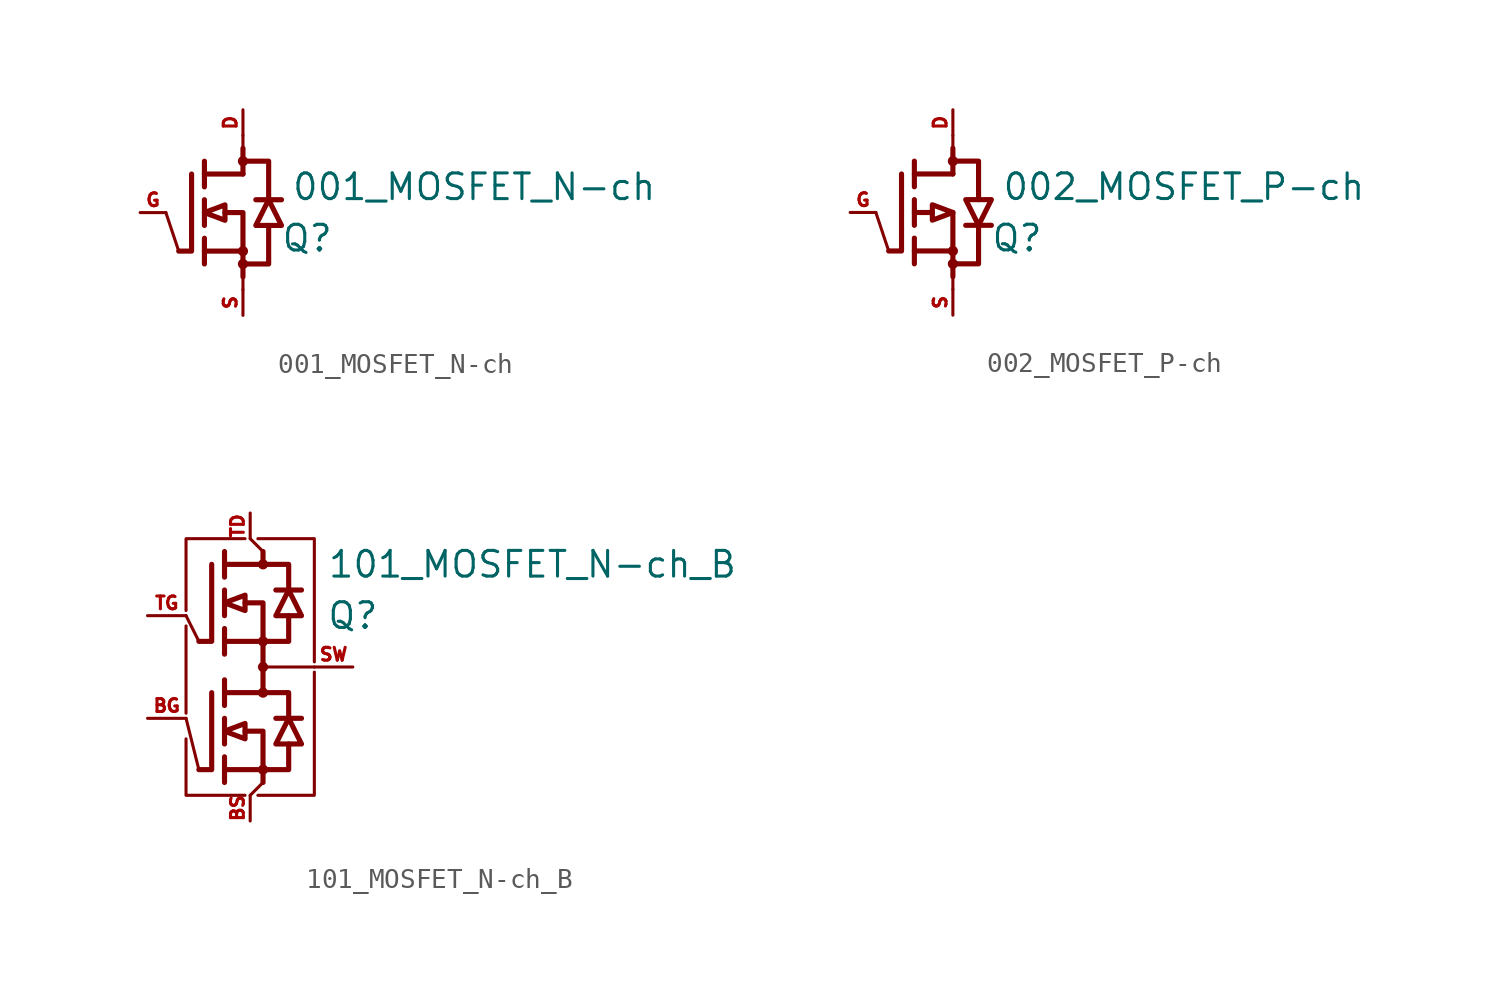
<source format=kicad_sym>
(kicad_symbol_lib
  (version 20220914)
  (generator kicad_symbol_editor)
  (symbol "001_MOSFET_N-ch"
    (pin_names
      (offset 1.016) hide)
    (property "Reference" "Q"
      (at 3.175 -1.27 0)
      (effects (font (size 1.27 1.27))))
    (property "Value" "001_MOSFET_N-ch"
      (at 11.43 1.27 0)
      (effects (font (size 1.27 1.27))))
    (symbol "001_MOSFET_N-ch_1_1"
      (circle (center 0 -2.54) (radius 0.127) (stroke (width 0.254) (type default)) (fill (type outline)))
      (circle (center 0 -1.905) (radius 0.127) (stroke (width 0.254) (type default)) (fill (type outline)))
      (polyline (pts (xy -3.175 -1.905) (xy -3.81 0)) (stroke (width 0) (type default)) (fill (type none)))
      (polyline (pts (xy -1.905 -1.905) (xy 0 -1.905)) (stroke (width 0.254) (type default)) (fill (type none)))
      (polyline (pts (xy -1.905 -1.27) (xy -1.905 -2.54)) (stroke (width 0.254) (type default)) (fill (type none)))
      (polyline (pts (xy -1.905 0.635) (xy -1.905 -0.635)) (stroke (width 0.254) (type default)) (fill (type none)))
      (polyline (pts (xy -1.905 1.905) (xy 0 1.905)) (stroke (width 0.254) (type default)) (fill (type none)))
      (polyline (pts (xy -1.905 2.54) (xy -1.905 1.27)) (stroke (width 0.254) (type default)) (fill (type none)))
      (polyline (pts (xy 0 -3.175) (xy 0 -3.81)) (stroke (width 0) (type default)) (fill (type none)))
      (polyline (pts (xy 0 -1.905) (xy 0 -3.175)) (stroke (width 0.254) (type default)) (fill (type none)))
      (polyline (pts (xy 0 3.175) (xy 0 1.905)) (stroke (width 0.254) (type default)) (fill (type none)))
      (polyline (pts (xy 0 3.175) (xy 0 3.81)) (stroke (width 0) (type default)) (fill (type none)))
      (polyline (pts (xy 0.635 0.635) (xy 1.905 0.635)) (stroke (width 0.254) (type default)) (fill (type none)))
      (polyline (pts (xy -2.54 1.905) (xy -2.54 -1.905) (xy -3.175 -1.905)) (stroke (width 0.254) (type default)) (fill (type none)))
      (polyline (pts (xy -0.889 0) (xy 0 0) (xy 0 -1.905)) (stroke (width 0.254) (type default)) (fill (type none)))
      (polyline (pts (xy 0 -2.54) (xy 1.27 -2.54) (xy 1.27 -0.635)) (stroke (width 0.254) (type default)) (fill (type none)))
      (polyline (pts (xy 0 2.54) (xy 1.27 2.54) (xy 1.27 0.635)) (stroke (width 0.254) (type default)) (fill (type none)))
      (polyline (pts (xy -1.905 0) (xy -0.889 0.381) (xy -0.889 -0.381) (xy -1.905 0)) (stroke (width 0.254) (type default)) (fill (type none)))
      (polyline (pts (xy 1.27 0.635) (xy 0.635 -0.635) (xy 1.905 -0.635) (xy 1.27 0.635)) (stroke (width 0.254) (type default)) (fill (type none)))
      (circle (center 0 2.54) (radius 0.127) (stroke (width 0.254) (type default)) (fill (type outline)))
      (pin passive line (at 0 5.08 270) (length 1.27) (name "Drain" (effects (font (size 0.635 0.635)))) (number "D" (effects (font (size 0.635 0.635)))))
      (pin passive line (at -5.08 0 0) (length 1.27) (name "Gate" (effects (font (size 0.635 0.635)))) (number "G" (effects (font (size 0.635 0.635)))))
      (pin passive line (at 0 -5.08 90) (length 1.27) (name "Source" (effects (font (size 0.635 0.635)))) (number "S" (effects (font (size 0.635 0.635)))))))
  (symbol "002_MOSFET_P-ch"
    (pin_names
      (offset 1.016) hide)
    (property "Reference" "Q"
      (at 3.175 -1.27 0)
      (effects (font (size 1.27 1.27))))
    (property "Value" "002_MOSFET_P-ch"
      (at 11.43 1.27 0)
      (effects (font (size 1.27 1.27))))
    (symbol "002_MOSFET_P-ch_0_1"
      (polyline (pts (xy -3.175 -1.905) (xy -3.81 0)) (stroke (width 0) (type default)) (fill (type none)))
      (polyline (pts (xy 0 -3.175) (xy 0 -3.81)) (stroke (width 0) (type default)) (fill (type none)))
      (polyline (pts (xy 0 3.81) (xy 0 3.175)) (stroke (width 0) (type default)) (fill (type none))))
    (symbol "002_MOSFET_P-ch_1_1"
      (circle (center 0 -2.54) (radius 0.127) (stroke (width 0.254) (type default)) (fill (type outline)))
      (circle (center 0 -1.905) (radius 0.127) (stroke (width 0.254) (type default)) (fill (type outline)))
      (polyline (pts (xy -1.905 -1.905) (xy 0 -1.905)) (stroke (width 0.254) (type default)) (fill (type none)))
      (polyline (pts (xy -1.905 -1.27) (xy -1.905 -2.54)) (stroke (width 0.254) (type default)) (fill (type none)))
      (polyline (pts (xy -1.905 0) (xy -1.016 0)) (stroke (width 0.254) (type default)) (fill (type none)))
      (polyline (pts (xy -1.905 0.635) (xy -1.905 -0.635)) (stroke (width 0.254) (type default)) (fill (type none)))
      (polyline (pts (xy -1.905 1.905) (xy 0 1.905)) (stroke (width 0.254) (type default)) (fill (type none)))
      (polyline (pts (xy -1.905 2.54) (xy -1.905 1.27)) (stroke (width 0.254) (type default)) (fill (type none)))
      (polyline (pts (xy 0 -1.905) (xy 0 -3.175)) (stroke (width 0.254) (type default)) (fill (type none)))
      (polyline (pts (xy 0 0) (xy 0 -1.905)) (stroke (width 0.254) (type default)) (fill (type none)))
      (polyline (pts (xy 0 3.175) (xy 0 1.905)) (stroke (width 0.254) (type default)) (fill (type none)))
      (polyline (pts (xy 0.635 -0.635) (xy 1.905 -0.635)) (stroke (width 0.254) (type default)) (fill (type none)))
      (polyline (pts (xy -2.54 1.905) (xy -2.54 -1.905) (xy -3.175 -1.905)) (stroke (width 0.254) (type default)) (fill (type none)))
      (polyline (pts (xy 0 -2.54) (xy 1.27 -2.54) (xy 1.27 -0.635)) (stroke (width 0.254) (type default)) (fill (type none)))
      (polyline (pts (xy 0 2.54) (xy 1.27 2.54) (xy 1.27 0.635)) (stroke (width 0.254) (type default)) (fill (type none)))
      (polyline (pts (xy 0 0) (xy -1.016 0.381) (xy -1.016 -0.381) (xy 0 0)) (stroke (width 0.254) (type default)) (fill (type none)))
      (polyline (pts (xy 0.635 0.635) (xy 1.905 0.635) (xy 1.27 -0.635) (xy 0.635 0.635)) (stroke (width 0.254) (type default)) (fill (type none)))
      (circle (center 0 2.54) (radius 0.127) (stroke (width 0.254) (type default)) (fill (type outline)))
      (pin passive line (at 0 5.08 270) (length 1.27) (name "Drain" (effects (font (size 0.635 0.635)))) (number "D" (effects (font (size 0.635 0.635)))))
      (pin passive line (at -5.08 0 0) (length 1.27) (name "Gate" (effects (font (size 0.635 0.635)))) (number "G" (effects (font (size 0.635 0.635)))))
      (pin passive line (at 0 -5.08 90) (length 1.27) (name "Source" (effects (font (size 0.635 0.635)))) (number "S" (effects (font (size 0.635 0.635)))))))
  (symbol "101_MOSFET_N-ch_B"
    (pin_names hide)
    (property "Reference" "Q"
      (at 5.08 2.54 0)
      (effects (font (size 1.27 1.27))))
    (property "Value" "101_MOSFET_N-ch_B"
      (at 13.97 5.08 0)
      (effects (font (size 1.27 1.27))))
    (symbol "101_MOSFET_N-ch_B_0_1"
      (polyline (pts (xy -3.175 2.032) (xy -3.175 -2.286)) (stroke (width 0) (type default)) (fill (type none)))
      (polyline (pts (xy 0 -6.35) (xy 0.635 -5.715)) (stroke (width 0) (type default)) (fill (type none)))
      (polyline (pts (xy 0.635 5.715) (xy 0 6.35)) (stroke (width 0) (type default)) (fill (type none)))
      (polyline (pts (xy -3.175 -3.556) (xy -3.175 -6.35) (xy -0.254 -6.35)) (stroke (width 0) (type default)) (fill (type none)))
      (polyline (pts (xy -0.254 6.35) (xy -3.175 6.35) (xy -3.175 2.794)) (stroke (width 0) (type default)) (fill (type none)))
      (polyline (pts (xy 0.381 6.35) (xy 3.175 6.35) (xy 3.175 0.254)) (stroke (width 0) (type default)) (fill (type none)))
      (polyline (pts (xy 3.175 -0.254) (xy 3.175 -6.35) (xy 0.381 -6.35)) (stroke (width 0) (type default)) (fill (type none))))
    (symbol "101_MOSFET_N-ch_B_1_1"
      (polyline (pts (xy -3.175 -2.54) (xy -2.54 -5.08)) (stroke (width 0) (type default)) (fill (type none)))
      (polyline (pts (xy -3.175 2.54) (xy -2.54 1.27)) (stroke (width 0) (type default)) (fill (type none)))
      (polyline (pts (xy -1.27 -5.08) (xy 0.635 -5.08)) (stroke (width 0.254) (type default)) (fill (type none)))
      (polyline (pts (xy -1.27 -4.445) (xy -1.27 -5.715)) (stroke (width 0.254) (type default)) (fill (type none)))
      (polyline (pts (xy -1.27 -2.54) (xy -1.27 -3.81)) (stroke (width 0.254) (type default)) (fill (type none)))
      (polyline (pts (xy -1.27 -1.27) (xy 0.635 -1.27)) (stroke (width 0.254) (type default)) (fill (type none)))
      (polyline (pts (xy -1.27 -0.635) (xy -1.27 -1.905)) (stroke (width 0.254) (type default)) (fill (type none)))
      (polyline (pts (xy -1.27 1.27) (xy 0.635 1.27)) (stroke (width 0.254) (type default)) (fill (type none)))
      (polyline (pts (xy -1.27 1.905) (xy -1.27 0.635)) (stroke (width 0.254) (type default)) (fill (type none)))
      (polyline (pts (xy -1.27 3.81) (xy -1.27 2.54)) (stroke (width 0.254) (type default)) (fill (type none)))
      (polyline (pts (xy -1.27 5.08) (xy 0.635 5.08)) (stroke (width 0.254) (type default)) (fill (type none)))
      (polyline (pts (xy -1.27 5.715) (xy -1.27 4.445)) (stroke (width 0.254) (type default)) (fill (type none)))
      (polyline (pts (xy 0.635 -5.08) (xy 0.635 -5.715)) (stroke (width 0.254) (type default)) (fill (type none)))
      (polyline (pts (xy 0.635 1.27) (xy 0.635 -1.27)) (stroke (width 0.254) (type default)) (fill (type none)))
      (polyline (pts (xy 0.635 5.08) (xy 0.635 5.715)) (stroke (width 0.254) (type default)) (fill (type none)))
      (polyline (pts (xy 1.27 -2.54) (xy 2.54 -2.54)) (stroke (width 0.254) (type default)) (fill (type none)))
      (polyline (pts (xy 1.27 3.81) (xy 2.54 3.81)) (stroke (width 0.254) (type default)) (fill (type none)))
      (polyline (pts (xy 3.175 0) (xy 0.635 0)) (stroke (width 0) (type default)) (fill (type none)))
      (polyline (pts (xy -1.905 -1.27) (xy -1.905 -5.08) (xy -2.54 -5.08)) (stroke (width 0.254) (type default)) (fill (type none)))
      (polyline (pts (xy -1.905 5.08) (xy -1.905 1.27) (xy -2.54 1.27)) (stroke (width 0.254) (type default)) (fill (type none)))
      (polyline (pts (xy -0.254 -3.175) (xy 0.635 -3.175) (xy 0.635 -5.08)) (stroke (width 0.254) (type default)) (fill (type none)))
      (polyline (pts (xy -0.254 3.175) (xy 0.635 3.175) (xy 0.635 1.27)) (stroke (width 0.254) (type default)) (fill (type none)))
      (polyline (pts (xy 0.635 -5.08) (xy 1.905 -5.08) (xy 1.905 -3.81)) (stroke (width 0.254) (type default)) (fill (type none)))
      (polyline (pts (xy 0.635 -1.27) (xy 1.905 -1.27) (xy 1.905 -2.54)) (stroke (width 0.254) (type default)) (fill (type none)))
      (polyline (pts (xy 0.635 1.27) (xy 1.905 1.27) (xy 1.905 2.54)) (stroke (width 0.254) (type default)) (fill (type none)))
      (polyline (pts (xy 0.635 5.08) (xy 1.905 5.08) (xy 1.905 3.81)) (stroke (width 0.254) (type default)) (fill (type none)))
      (polyline (pts (xy -1.27 -3.175) (xy -0.254 -2.794) (xy -0.254 -3.556) (xy -1.27 -3.175)) (stroke (width 0.254) (type default)) (fill (type none)))
      (polyline (pts (xy -1.27 3.175) (xy -0.254 3.556) (xy -0.254 2.794) (xy -1.27 3.175)) (stroke (width 0.254) (type default)) (fill (type none)))
      (polyline (pts (xy 1.905 -2.54) (xy 1.27 -3.81) (xy 2.54 -3.81) (xy 1.905 -2.54)) (stroke (width 0.254) (type default)) (fill (type none)))
      (polyline (pts (xy 1.905 3.81) (xy 1.27 2.54) (xy 2.54 2.54) (xy 1.905 3.81)) (stroke (width 0.254) (type default)) (fill (type none)))
      (circle (center 0.635 -5.08) (radius 0.127) (stroke (width 0.254) (type default)) (fill (type outline)))
      (circle (center 0.635 -1.27) (radius 0.127) (stroke (width 0.254) (type default)) (fill (type outline)))
      (circle (center 0.635 0) (radius 0.127) (stroke (width 0.254) (type default)) (fill (type outline)))
      (circle (center 0.635 1.27) (radius 0.127) (stroke (width 0.254) (type default)) (fill (type outline)))
      (circle (center 0.635 5.08) (radius 0.127) (stroke (width 0.254) (type default)) (fill (type outline)))
      (pin passive line (at -5.08 -2.54 0) (length 1.905) (name "Gate_bottom" (effects (font (size 0.635 0.635)))) (number "BG" (effects (font (size 0.635 0.635)))))
      (pin passive line (at 0 -7.62 90) (length 1.27) (name "Source_bottom" (effects (font (size 0.635 0.635)))) (number "BS" (effects (font (size 0.635 0.635)))))
      (pin passive line (at 5.08 0 180) (length 1.905) (name "Switch" (effects (font (size 0.635 0.635)))) (number "SW" (effects (font (size 0.635 0.635)))))
      (pin passive line (at 0 7.62 270) (length 1.27) (name "Drain_top" (effects (font (size 0.635 0.635)))) (number "TD" (effects (font (size 0.635 0.635)))))
      (pin passive line (at -5.08 2.54 0) (length 1.905) (name "Gate_top" (effects (font (size 0.635 0.635)))) (number "TG" (effects (font (size 0.635 0.635))))))))
</source>
